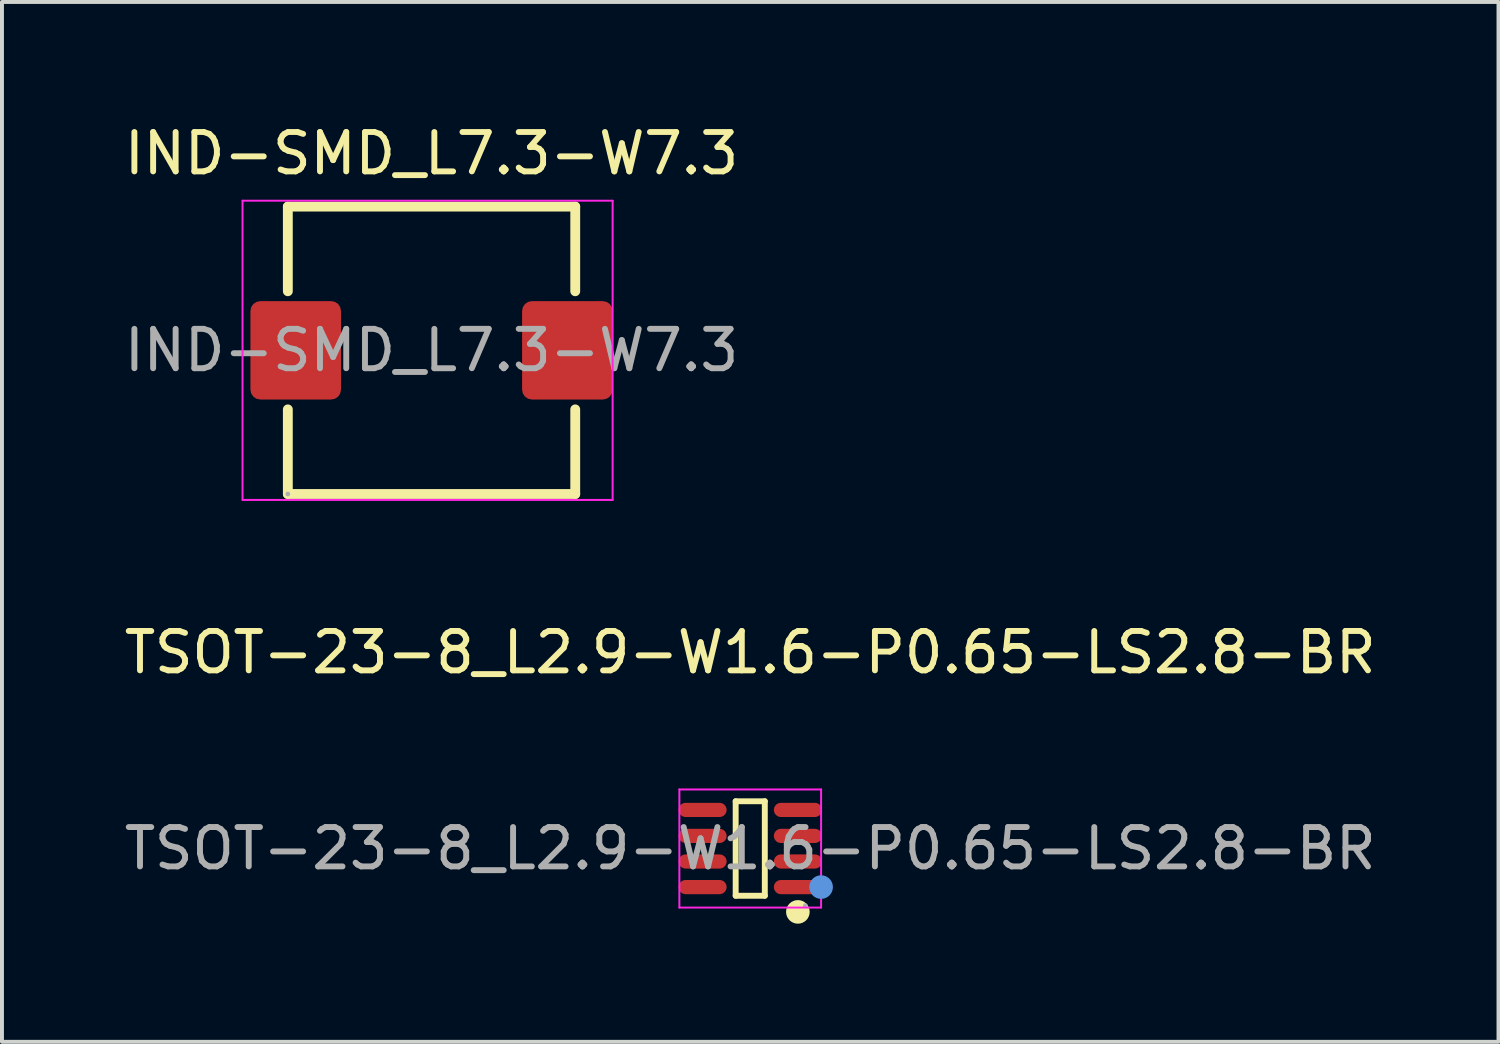
<source format=kicad_pcb>
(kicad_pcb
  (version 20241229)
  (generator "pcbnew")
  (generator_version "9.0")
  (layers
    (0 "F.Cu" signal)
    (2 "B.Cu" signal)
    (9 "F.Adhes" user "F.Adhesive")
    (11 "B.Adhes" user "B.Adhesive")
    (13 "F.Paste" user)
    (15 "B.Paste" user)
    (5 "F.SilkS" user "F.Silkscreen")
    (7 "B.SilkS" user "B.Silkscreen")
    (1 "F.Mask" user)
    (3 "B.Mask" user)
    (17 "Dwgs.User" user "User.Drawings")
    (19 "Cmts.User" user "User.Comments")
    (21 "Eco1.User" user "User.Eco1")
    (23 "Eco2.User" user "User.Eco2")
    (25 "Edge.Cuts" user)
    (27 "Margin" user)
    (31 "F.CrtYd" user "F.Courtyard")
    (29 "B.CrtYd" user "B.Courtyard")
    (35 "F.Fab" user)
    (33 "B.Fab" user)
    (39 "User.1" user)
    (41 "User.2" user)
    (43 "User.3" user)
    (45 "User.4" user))
  (footprint "IND-SMD_L7.3-W7.3"
    (layer "F.Cu")
    (at 7.911 5.848)
    (property "Reference" "IND-SMD_L7.3-W7.3" (at 0 -5 0) (layer "F.SilkS") (effects (font (size 1 1) (thickness 0.15))))
    (attr smd)
    (fp_line (start -3.65 -3.65) (end 3.65 -3.65) (stroke (width 0.25) (type solid)) (layer "F.SilkS"))
    (fp_line (start -3.65 -1.5) (end -3.65 -3.65) (stroke (width 0.25) (type solid)) (layer "F.SilkS"))
    (fp_line (start -3.65 3.65) (end -3.65 1.5) (stroke (width 0.25) (type solid)) (layer "F.SilkS"))
    (fp_line (start 3.65 -3.65) (end 3.65 -1.5) (stroke (width 0.25) (type solid)) (layer "F.SilkS"))
    (fp_line (start 3.65 1.5) (end 3.65 3.65) (stroke (width 0.25) (type solid)) (layer "F.SilkS"))
    (fp_line (start 3.65 3.65) (end -3.65 3.65) (stroke (width 0.25) (type solid)) (layer "F.SilkS"))
    (fp_line (start -4.8 -3.8) (end 4.6 -3.8) (stroke (width 0.05) (type default)) (layer "F.CrtYd"))
    (fp_line (start -4.8 3.8) (end -4.8 -3.8) (stroke (width 0.05) (type default)) (layer "F.CrtYd"))
    (fp_line (start -4.8 3.8) (end 4.6 3.8) (stroke (width 0.05) (type default)) (layer "F.CrtYd"))
    (fp_line (start 4.6 3.8) (end 4.6 -3.8) (stroke (width 0.05) (type default)) (layer "F.CrtYd"))
    (fp_circle (center -3.65 3.65) (end -3.62 3.65) (stroke (width 0.06) (type solid)) (fill no) (layer "F.Fab"))
    (fp_text user "${REFERENCE}" (at 0 0 0) (layer "F.Fab") (effects (font (size 1 1) (thickness 0.15))))
    (pad "1" smd roundrect (at -3.45 0) (size 2.3 2.5) (layers "F.Cu" "F.Mask" "F.Paste") (roundrect_rratio 0.109))
    (pad "2" smd roundrect (at 3.45 0) (size 2.3 2.5) (layers "F.Cu" "F.Mask" "F.Paste") (roundrect_rratio 0.109)))
  (footprint "TSOT-23-8_L2.9-W1.6-P0.65-LS2.8-BR"
    (layer "F.Cu")
    (at 16.006 18.502)
    (property "Reference" "TSOT-23-8_L2.9-W1.6-P0.65-LS2.8-BR" (at 0 -4.98 0) (layer "F.SilkS") (effects (font (size 1 1) (thickness 0.15))))
    (attr smd)
    (fp_line (start -0.37 -1.2) (end 0.37 -1.2) (stroke (width 0.15) (type solid)) (layer "F.SilkS"))
    (fp_line (start -0.37 1.2) (end -0.37 -1.2) (stroke (width 0.15) (type solid)) (layer "F.SilkS"))
    (fp_line (start 0.37 -1.2) (end 0.37 1.2) (stroke (width 0.15) (type solid)) (layer "F.SilkS"))
    (fp_line (start 0.37 1.2) (end -0.37 1.2) (stroke (width 0.15) (type solid)) (layer "F.SilkS"))
    (fp_circle (center 1.21 1.61) (end 1.36 1.61) (stroke (width 0.3) (type solid)) (fill no) (layer "F.SilkS"))
    (fp_circle (center 1.8 0.98) (end 1.95 0.98) (stroke (width 0.3) (type solid)) (fill no) (layer "Cmts.User"))
    (fp_line (start -1.8 -1.5) (end 1.8 -1.5) (stroke (width 0.05) (type default)) (layer "F.CrtYd"))
    (fp_line (start -1.8 1.5) (end -1.8 -1.5) (stroke (width 0.05) (type default)) (layer "F.CrtYd"))
    (fp_line (start 1.8 -1.5) (end 1.8 1.5) (stroke (width 0.05) (type default)) (layer "F.CrtYd"))
    (fp_line (start 1.8 1.5) (end -1.8 1.5) (stroke (width 0.05) (type default)) (layer "F.CrtYd"))
    (fp_circle (center 1.4 1.45) (end 1.43 1.45) (stroke (width 0.06) (type solid)) (fill no) (layer "F.Fab"))
    (fp_text user "${REFERENCE}" (at 0 0 0) (layer "F.Fab") (effects (font (size 1 1) (thickness 0.15))))
    (pad "1" smd oval (at 1.21 0.98) (size 1.22 0.36) (layers "F.Cu" "F.Mask" "F.Paste"))
    (pad "2" smd oval (at 1.21 0.33) (size 1.22 0.36) (layers "F.Cu" "F.Mask" "F.Paste"))
    (pad "3" smd oval (at 1.21 -0.32) (size 1.22 0.36) (layers "F.Cu" "F.Mask" "F.Paste"))
    (pad "4" smd oval (at 1.21 -0.98) (size 1.22 0.36) (layers "F.Cu" "F.Mask" "F.Paste"))
    (pad "5" smd oval (at -1.21 -0.98) (size 1.22 0.36) (layers "F.Cu" "F.Mask" "F.Paste"))
    (pad "6" smd oval (at -1.21 -0.32) (size 1.22 0.36) (layers "F.Cu" "F.Mask" "F.Paste"))
    (pad "7" smd oval (at -1.21 0.33) (size 1.22 0.36) (layers "F.Cu" "F.Mask" "F.Paste"))
    (pad "8" smd oval (at -1.21 0.98) (size 1.22 0.36) (layers "F.Cu" "F.Mask" "F.Paste")))
  (gr_rect
    (start -3 -3)
    (end 35.012 23.412)
    (stroke (width 0.1) (type default))
    (fill no)
    (layer "Edge.Cuts")))
</source>
